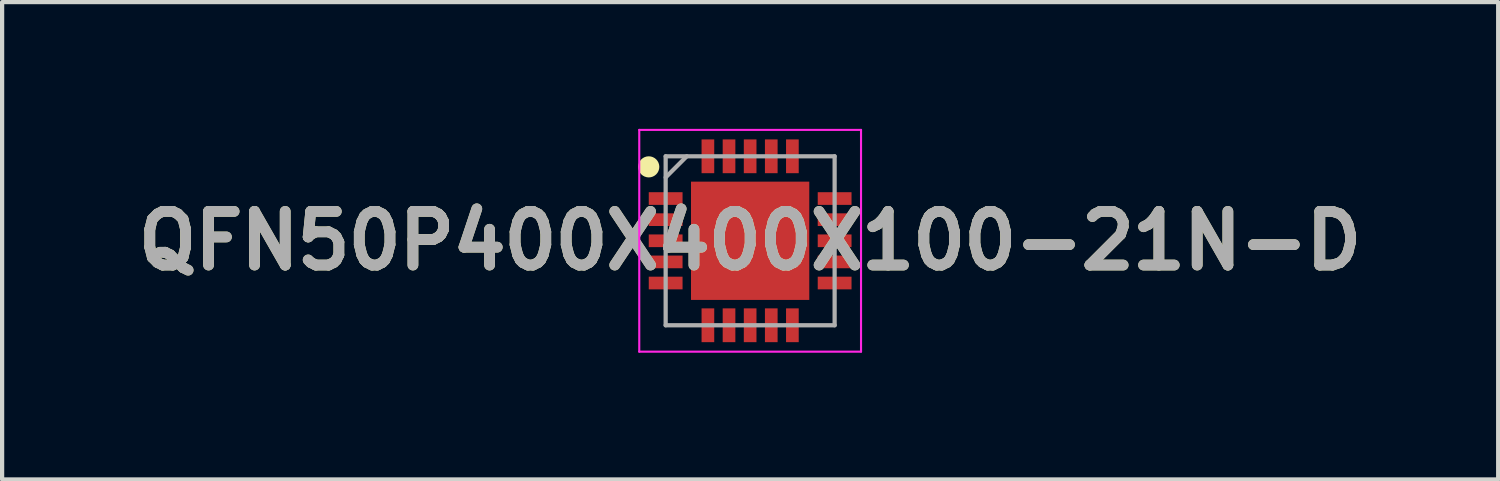
<source format=kicad_pcb>
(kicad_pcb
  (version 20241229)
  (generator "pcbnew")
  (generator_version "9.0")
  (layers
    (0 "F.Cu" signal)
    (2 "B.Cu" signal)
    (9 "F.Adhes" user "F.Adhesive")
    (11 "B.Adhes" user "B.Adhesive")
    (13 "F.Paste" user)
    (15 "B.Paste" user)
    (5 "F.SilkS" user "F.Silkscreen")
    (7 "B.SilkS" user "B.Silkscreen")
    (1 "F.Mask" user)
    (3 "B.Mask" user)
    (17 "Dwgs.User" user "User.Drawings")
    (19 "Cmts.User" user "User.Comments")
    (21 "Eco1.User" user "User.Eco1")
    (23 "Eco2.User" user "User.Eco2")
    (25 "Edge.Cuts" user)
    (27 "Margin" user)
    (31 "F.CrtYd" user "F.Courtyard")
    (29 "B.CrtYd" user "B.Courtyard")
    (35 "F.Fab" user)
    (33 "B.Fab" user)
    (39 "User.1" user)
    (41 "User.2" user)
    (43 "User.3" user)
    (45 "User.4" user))
  (footprint "QFN50P400X400X100-21N-D"
    (layer "F.Cu")
    (at 14.708 2.65)
    (property "Reference" "QFN50P400X400X100-21N-D" (at 0 0 0) (layer "F.SilkS") (effects (font (size 1.27 1.27) (thickness 0.254))))
    (attr smd)
    (fp_circle (center -2.4 -1.75) (end -2.4 -1.625) (stroke (width 0.25) (type solid)) (fill no) (layer "F.SilkS"))
    (fp_line (start -2.625 -2.625) (end 2.625 -2.625) (stroke (width 0.05) (type solid)) (layer "F.CrtYd"))
    (fp_line (start -2.625 2.625) (end -2.625 -2.625) (stroke (width 0.05) (type solid)) (layer "F.CrtYd"))
    (fp_line (start 2.625 -2.625) (end 2.625 2.625) (stroke (width 0.05) (type solid)) (layer "F.CrtYd"))
    (fp_line (start 2.625 2.625) (end -2.625 2.625) (stroke (width 0.05) (type solid)) (layer "F.CrtYd"))
    (fp_line (start -2 -2) (end 2 -2) (stroke (width 0.1) (type solid)) (layer "F.Fab"))
    (fp_line (start -2 -1.5) (end -1.5 -2) (stroke (width 0.1) (type solid)) (layer "F.Fab"))
    (fp_line (start -2 2) (end -2 -2) (stroke (width 0.1) (type solid)) (layer "F.Fab"))
    (fp_line (start 2 -2) (end 2 2) (stroke (width 0.1) (type solid)) (layer "F.Fab"))
    (fp_line (start 2 2) (end -2 2) (stroke (width 0.1) (type solid)) (layer "F.Fab"))
    (fp_text user "${REFERENCE}" (at 0 0 0) (layer "F.Fab") (effects (font (size 1.27 1.27) (thickness 0.254))))
    (pad "1" smd rect (at -2 -1 90) (size 0.3 0.8) (layers "F.Cu" "F.Mask" "F.Paste"))
    (pad "2" smd rect (at -2 -0.5 90) (size 0.3 0.8) (layers "F.Cu" "F.Mask" "F.Paste"))
    (pad "3" smd rect (at -2 0 90) (size 0.3 0.8) (layers "F.Cu" "F.Mask" "F.Paste"))
    (pad "4" smd rect (at -2 0.5 90) (size 0.3 0.8) (layers "F.Cu" "F.Mask" "F.Paste"))
    (pad "5" smd rect (at -2 1 90) (size 0.3 0.8) (layers "F.Cu" "F.Mask" "F.Paste"))
    (pad "6" smd rect (at -1 2) (size 0.3 0.8) (layers "F.Cu" "F.Mask" "F.Paste"))
    (pad "7" smd rect (at -0.5 2) (size 0.3 0.8) (layers "F.Cu" "F.Mask" "F.Paste"))
    (pad "8" smd rect (at 0 2) (size 0.3 0.8) (layers "F.Cu" "F.Mask" "F.Paste"))
    (pad "9" smd rect (at 0.5 2) (size 0.3 0.8) (layers "F.Cu" "F.Mask" "F.Paste"))
    (pad "10" smd rect (at 1 2) (size 0.3 0.8) (layers "F.Cu" "F.Mask" "F.Paste"))
    (pad "11" smd rect (at 2 1 90) (size 0.3 0.8) (layers "F.Cu" "F.Mask" "F.Paste"))
    (pad "12" smd rect (at 2 0.5 90) (size 0.3 0.8) (layers "F.Cu" "F.Mask" "F.Paste"))
    (pad "13" smd rect (at 2 0 90) (size 0.3 0.8) (layers "F.Cu" "F.Mask" "F.Paste"))
    (pad "14" smd rect (at 2 -0.5 90) (size 0.3 0.8) (layers "F.Cu" "F.Mask" "F.Paste"))
    (pad "15" smd rect (at 2 -1 90) (size 0.3 0.8) (layers "F.Cu" "F.Mask" "F.Paste"))
    (pad "16" smd rect (at 1 -2) (size 0.3 0.8) (layers "F.Cu" "F.Mask" "F.Paste"))
    (pad "17" smd rect (at 0.5 -2) (size 0.3 0.8) (layers "F.Cu" "F.Mask" "F.Paste"))
    (pad "18" smd rect (at 0 -2) (size 0.3 0.8) (layers "F.Cu" "F.Mask" "F.Paste"))
    (pad "19" smd rect (at -0.5 -2) (size 0.3 0.8) (layers "F.Cu" "F.Mask" "F.Paste"))
    (pad "20" smd rect (at -1 -2) (size 0.3 0.8) (layers "F.Cu" "F.Mask" "F.Paste"))
    (pad "21" smd rect (at 0 0) (size 2.8 2.8) (layers "F.Cu" "F.Mask" "F.Paste")))
  (gr_rect
    (start -3 -3)
    (end 32.416 8.3)
    (stroke (width 0.1) (type default))
    (fill no)
    (layer "Edge.Cuts")))
</source>
